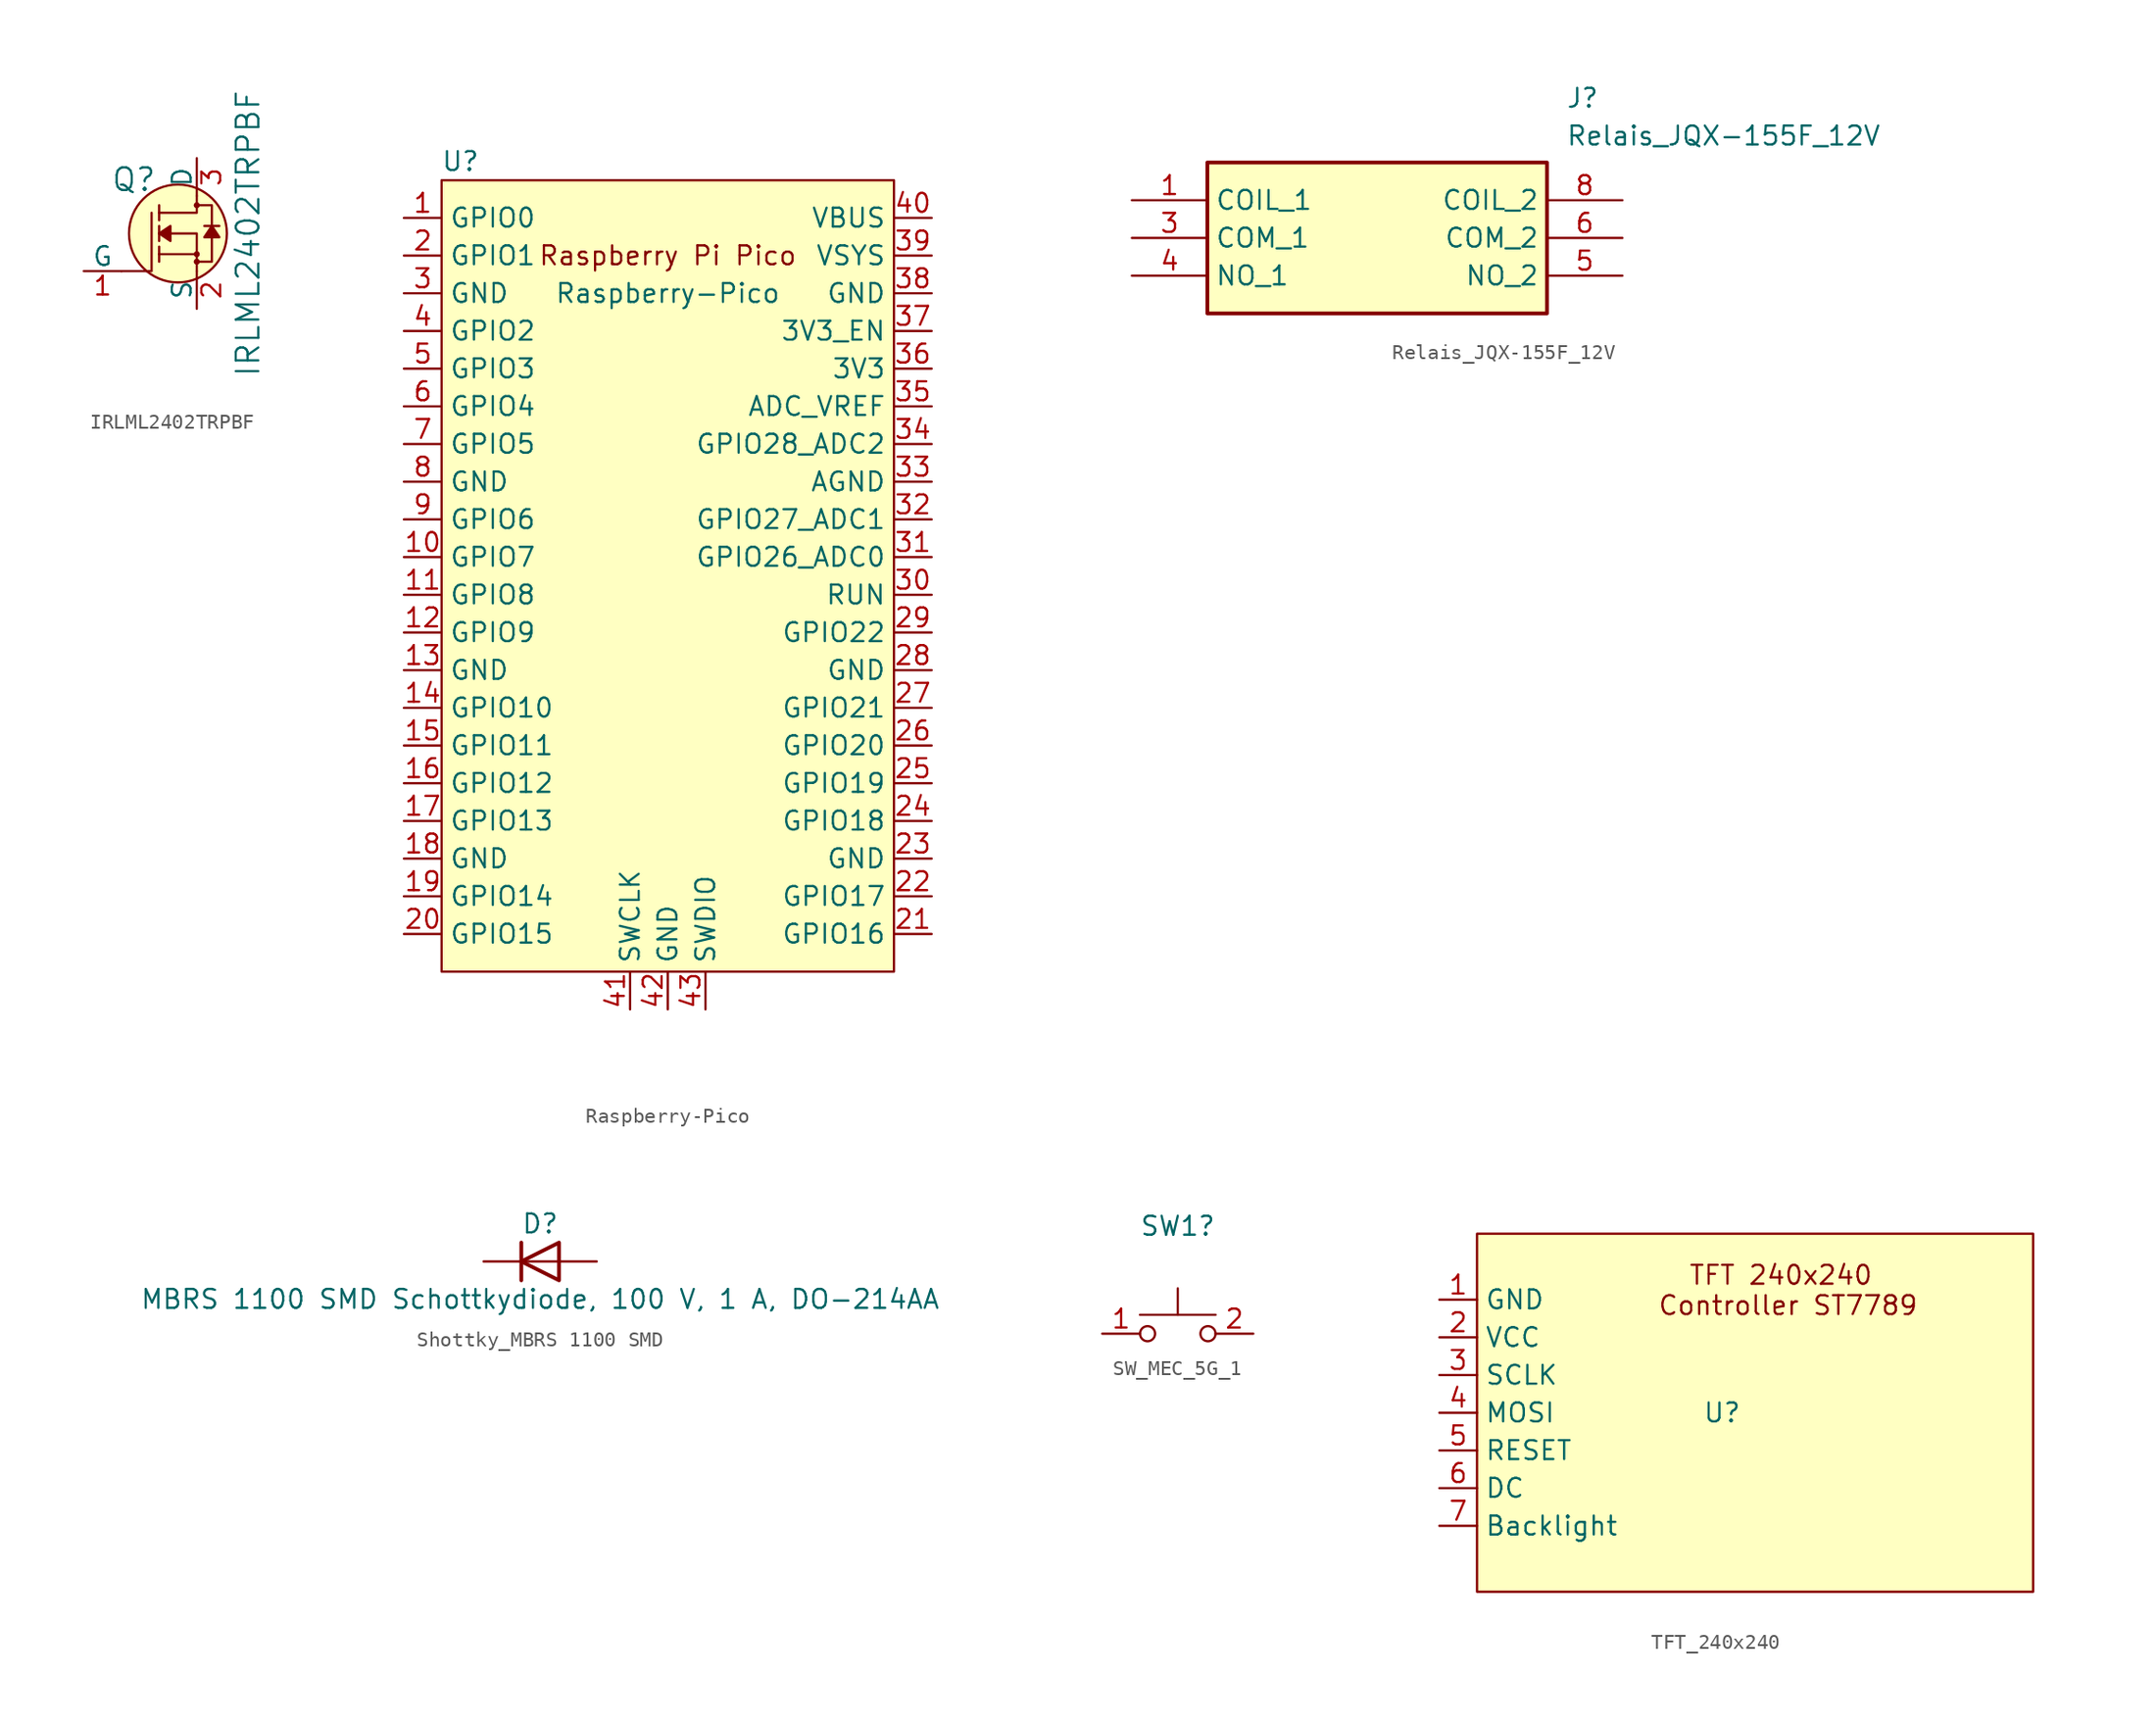
<source format=kicad_sym>
(kicad_symbol_lib
  (version 20220914)
  (generator kicad_symbol_editor)
  (symbol "IRLML2402TRPBF"
    (pin_names
      (offset 0))
    (property "Reference" "Q"
      (at -2.692 3.632 0)
      (effects (font (size 1.524 1.524)) (justify right)))
    (property "Value" "IRLML2402TRPBF"
      (at 3.454 0 90)
      (effects (font (size 1.524 1.524))))
    (symbol "IRLML2402TRPBF_0_1"
      (circle (center -1.27 0) (radius 3.302) (stroke (width 0) (type solid)) (fill (type background)))
      (circle (center 0 -1.905) (radius 0.127) (stroke (width 0) (type solid)) (fill (type none)))
      (circle (center 0 -1.397) (radius 0.127) (stroke (width 0) (type solid)) (fill (type none)))
      (polyline (pts (xy 0 -1.397) (xy -2.54 -1.397)) (stroke (width 0) (type solid)) (fill (type none)))
      (polyline (pts (xy -5.08 -2.54) (xy -3.048 -2.54) (xy -3.048 1.397)) (stroke (width 0) (type solid)) (fill (type none)))
      (polyline (pts (xy 0 -2.54) (xy 0 0) (xy -2.54 0)) (stroke (width 0) (type solid)) (fill (type none)))
      (polyline (pts (xy 0 2.54) (xy 0 1.397) (xy -2.54 1.397)) (stroke (width 0) (type solid)) (fill (type none)))
      (polyline (pts (xy -0.127 -1.905) (xy 1.016 -1.905) (xy 1.016 1.397) (xy 1.016 1.905) (xy -0.127 1.905)) (stroke (width 0) (type solid)) (fill (type none)))
      (circle (center 0 1.905) (radius 0.127) (stroke (width 0) (type solid)) (fill (type none))))
    (symbol "IRLML2402TRPBF_1_1"
      (polyline (pts (xy -2.54 -1.397) (xy -2.54 -1.905)) (stroke (width 0) (type solid)) (fill (type none)))
      (polyline (pts (xy -2.54 -1.397) (xy -2.54 -0.889)) (stroke (width 0) (type solid)) (fill (type none)))
      (polyline (pts (xy -2.54 0) (xy -2.54 -0.508)) (stroke (width 0) (type solid)) (fill (type none)))
      (polyline (pts (xy -2.54 0) (xy -2.54 0.508)) (stroke (width 0) (type solid)) (fill (type none)))
      (polyline (pts (xy -2.54 1.905) (xy -2.54 0.889)) (stroke (width 0) (type solid)) (fill (type none)))
      (polyline (pts (xy 1.524 0.508) (xy 0.508 0.508)) (stroke (width 0) (type solid)) (fill (type none)))
      (polyline (pts (xy -2.54 0) (xy -1.778 0.508) (xy -1.778 -0.508) (xy -2.54 0)) (stroke (width 0) (type solid)) (fill (type outline)))
      (polyline (pts (xy 1.016 0.508) (xy 0.508 -0.254) (xy 1.524 -0.254) (xy 1.016 0.508)) (stroke (width 0) (type solid)) (fill (type outline)))
      (pin bidirectional line (at -7.62 -2.54 0) (length 2.54) (name "G" (effects (font (size 1.27 1.27)))) (number "1" (effects (font (size 1.27 1.27)))))
      (pin bidirectional line (at 0 -5.08 90) (length 2.54) (name "S" (effects (font (size 1.27 1.27)))) (number "2" (effects (font (size 1.27 1.27)))))
      (pin bidirectional line (at 0 5.08 270) (length 2.54) (name "D" (effects (font (size 1.27 1.27)))) (number "3" (effects (font (size 1.27 1.27)))))))
  (symbol "Raspberry-Pico"
    (property "Reference" "U"
      (at -13.97 27.94 0)
      (effects (font (size 1.27 1.27))))
    (property "Value" "Raspberry-Pico"
      (at 0 19.05 0)
      (effects (font (size 1.27 1.27))))
    (symbol "Raspberry-Pico_0_0"
      (text "Raspberry Pi Pico" (at 0 21.59 0) (effects (font (size 1.27 1.27)))))
    (symbol "Raspberry-Pico_0_1"
      (rectangle (start -15.24 26.67) (end 15.24 -26.67) (stroke (width 0) (type default)) (fill (type background))))
    (symbol "Raspberry-Pico_1_1"
      (pin bidirectional line (at -17.78 24.13 0) (length 2.54) (name "GPIO0" (effects (font (size 1.27 1.27)))) (number "1" (effects (font (size 1.27 1.27)))))
      (pin bidirectional line (at -17.78 1.27 0) (length 2.54) (name "GPIO7" (effects (font (size 1.27 1.27)))) (number "10" (effects (font (size 1.27 1.27)))))
      (pin bidirectional line (at -17.78 -1.27 0) (length 2.54) (name "GPIO8" (effects (font (size 1.27 1.27)))) (number "11" (effects (font (size 1.27 1.27)))))
      (pin bidirectional line (at -17.78 -3.81 0) (length 2.54) (name "GPIO9" (effects (font (size 1.27 1.27)))) (number "12" (effects (font (size 1.27 1.27)))))
      (pin power_in line (at -17.78 -6.35 0) (length 2.54) (name "GND" (effects (font (size 1.27 1.27)))) (number "13" (effects (font (size 1.27 1.27)))))
      (pin bidirectional line (at -17.78 -8.89 0) (length 2.54) (name "GPIO10" (effects (font (size 1.27 1.27)))) (number "14" (effects (font (size 1.27 1.27)))))
      (pin bidirectional line (at -17.78 -11.43 0) (length 2.54) (name "GPIO11" (effects (font (size 1.27 1.27)))) (number "15" (effects (font (size 1.27 1.27)))))
      (pin bidirectional line (at -17.78 -13.97 0) (length 2.54) (name "GPIO12" (effects (font (size 1.27 1.27)))) (number "16" (effects (font (size 1.27 1.27)))))
      (pin bidirectional line (at -17.78 -16.51 0) (length 2.54) (name "GPIO13" (effects (font (size 1.27 1.27)))) (number "17" (effects (font (size 1.27 1.27)))))
      (pin power_in line (at -17.78 -19.05 0) (length 2.54) (name "GND" (effects (font (size 1.27 1.27)))) (number "18" (effects (font (size 1.27 1.27)))))
      (pin bidirectional line (at -17.78 -21.59 0) (length 2.54) (name "GPIO14" (effects (font (size 1.27 1.27)))) (number "19" (effects (font (size 1.27 1.27)))))
      (pin bidirectional line (at -17.78 21.59 0) (length 2.54) (name "GPIO1" (effects (font (size 1.27 1.27)))) (number "2" (effects (font (size 1.27 1.27)))))
      (pin bidirectional line (at -17.78 -24.13 0) (length 2.54) (name "GPIO15" (effects (font (size 1.27 1.27)))) (number "20" (effects (font (size 1.27 1.27)))))
      (pin bidirectional line (at 17.78 -24.13 180) (length 2.54) (name "GPIO16" (effects (font (size 1.27 1.27)))) (number "21" (effects (font (size 1.27 1.27)))))
      (pin bidirectional line (at 17.78 -21.59 180) (length 2.54) (name "GPIO17" (effects (font (size 1.27 1.27)))) (number "22" (effects (font (size 1.27 1.27)))))
      (pin power_in line (at 17.78 -19.05 180) (length 2.54) (name "GND" (effects (font (size 1.27 1.27)))) (number "23" (effects (font (size 1.27 1.27)))))
      (pin bidirectional line (at 17.78 -16.51 180) (length 2.54) (name "GPIO18" (effects (font (size 1.27 1.27)))) (number "24" (effects (font (size 1.27 1.27)))))
      (pin bidirectional line (at 17.78 -13.97 180) (length 2.54) (name "GPIO19" (effects (font (size 1.27 1.27)))) (number "25" (effects (font (size 1.27 1.27)))))
      (pin bidirectional line (at 17.78 -11.43 180) (length 2.54) (name "GPIO20" (effects (font (size 1.27 1.27)))) (number "26" (effects (font (size 1.27 1.27)))))
      (pin bidirectional line (at 17.78 -8.89 180) (length 2.54) (name "GPIO21" (effects (font (size 1.27 1.27)))) (number "27" (effects (font (size 1.27 1.27)))))
      (pin power_in line (at 17.78 -6.35 180) (length 2.54) (name "GND" (effects (font (size 1.27 1.27)))) (number "28" (effects (font (size 1.27 1.27)))))
      (pin bidirectional line (at 17.78 -3.81 180) (length 2.54) (name "GPIO22" (effects (font (size 1.27 1.27)))) (number "29" (effects (font (size 1.27 1.27)))))
      (pin power_in line (at -17.78 19.05 0) (length 2.54) (name "GND" (effects (font (size 1.27 1.27)))) (number "3" (effects (font (size 1.27 1.27)))))
      (pin input line (at 17.78 -1.27 180) (length 2.54) (name "RUN" (effects (font (size 1.27 1.27)))) (number "30" (effects (font (size 1.27 1.27)))))
      (pin bidirectional line (at 17.78 1.27 180) (length 2.54) (name "GPIO26_ADC0" (effects (font (size 1.27 1.27)))) (number "31" (effects (font (size 1.27 1.27)))))
      (pin bidirectional line (at 17.78 3.81 180) (length 2.54) (name "GPIO27_ADC1" (effects (font (size 1.27 1.27)))) (number "32" (effects (font (size 1.27 1.27)))))
      (pin power_in line (at 17.78 6.35 180) (length 2.54) (name "AGND" (effects (font (size 1.27 1.27)))) (number "33" (effects (font (size 1.27 1.27)))))
      (pin bidirectional line (at 17.78 8.89 180) (length 2.54) (name "GPIO28_ADC2" (effects (font (size 1.27 1.27)))) (number "34" (effects (font (size 1.27 1.27)))))
      (pin power_in line (at 17.78 11.43 180) (length 2.54) (name "ADC_VREF" (effects (font (size 1.27 1.27)))) (number "35" (effects (font (size 1.27 1.27)))))
      (pin power_in line (at 17.78 13.97 180) (length 2.54) (name "3V3" (effects (font (size 1.27 1.27)))) (number "36" (effects (font (size 1.27 1.27)))))
      (pin input line (at 17.78 16.51 180) (length 2.54) (name "3V3_EN" (effects (font (size 1.27 1.27)))) (number "37" (effects (font (size 1.27 1.27)))))
      (pin bidirectional line (at 17.78 19.05 180) (length 2.54) (name "GND" (effects (font (size 1.27 1.27)))) (number "38" (effects (font (size 1.27 1.27)))))
      (pin power_in line (at 17.78 21.59 180) (length 2.54) (name "VSYS" (effects (font (size 1.27 1.27)))) (number "39" (effects (font (size 1.27 1.27)))))
      (pin bidirectional line (at -17.78 16.51 0) (length 2.54) (name "GPIO2" (effects (font (size 1.27 1.27)))) (number "4" (effects (font (size 1.27 1.27)))))
      (pin power_in line (at 17.78 24.13 180) (length 2.54) (name "VBUS" (effects (font (size 1.27 1.27)))) (number "40" (effects (font (size 1.27 1.27)))))
      (pin input line (at -2.54 -29.21 90) (length 2.54) (name "SWCLK" (effects (font (size 1.27 1.27)))) (number "41" (effects (font (size 1.27 1.27)))))
      (pin power_in line (at 0 -29.21 90) (length 2.54) (name "GND" (effects (font (size 1.27 1.27)))) (number "42" (effects (font (size 1.27 1.27)))))
      (pin bidirectional line (at 2.54 -29.21 90) (length 2.54) (name "SWDIO" (effects (font (size 1.27 1.27)))) (number "43" (effects (font (size 1.27 1.27)))))
      (pin bidirectional line (at -17.78 13.97 0) (length 2.54) (name "GPIO3" (effects (font (size 1.27 1.27)))) (number "5" (effects (font (size 1.27 1.27)))))
      (pin bidirectional line (at -17.78 11.43 0) (length 2.54) (name "GPIO4" (effects (font (size 1.27 1.27)))) (number "6" (effects (font (size 1.27 1.27)))))
      (pin bidirectional line (at -17.78 8.89 0) (length 2.54) (name "GPIO5" (effects (font (size 1.27 1.27)))) (number "7" (effects (font (size 1.27 1.27)))))
      (pin power_in line (at -17.78 6.35 0) (length 2.54) (name "GND" (effects (font (size 1.27 1.27)))) (number "8" (effects (font (size 1.27 1.27)))))
      (pin bidirectional line (at -17.78 3.81 0) (length 2.54) (name "GPIO6" (effects (font (size 1.27 1.27)))) (number "9" (effects (font (size 1.27 1.27)))))))
  (symbol "Relais_JQX-155F_12V"
    (property "Reference" "J"
      (at 29.21 7.62 0)
      (effects (font (size 1.27 1.27)) (justify left top)))
    (property "Value" "Relais_JQX-155F_12V"
      (at 29.21 5.08 0)
      (effects (font (size 1.27 1.27)) (justify left top)))
    (symbol "Relais_JQX-155F_12V_1_1"
      (rectangle (start 5.08 2.54) (end 27.94 -7.62) (stroke (width 0.254) (type default)) (fill (type background)))
      (pin passive line (at 0 0 0) (length 5.08) (name "COIL_1" (effects (font (size 1.27 1.27)))) (number "1" (effects (font (size 1.27 1.27)))))
      (pin passive line (at 0 -2.54 0) (length 5.08) (name "COM_1" (effects (font (size 1.27 1.27)))) (number "3" (effects (font (size 1.27 1.27)))))
      (pin passive line (at 0 -5.08 0) (length 5.08) (name "NO_1" (effects (font (size 1.27 1.27)))) (number "4" (effects (font (size 1.27 1.27)))))
      (pin passive line (at 33.02 -5.08 180) (length 5.08) (name "NO_2" (effects (font (size 1.27 1.27)))) (number "5" (effects (font (size 1.27 1.27)))))
      (pin passive line (at 33.02 -2.54 180) (length 5.08) (name "COM_2" (effects (font (size 1.27 1.27)))) (number "6" (effects (font (size 1.27 1.27)))))
      (pin passive line (at 33.02 0 180) (length 5.08) (name "COIL_2" (effects (font (size 1.27 1.27)))) (number "8" (effects (font (size 1.27 1.27)))))))
  (symbol "Shottky_MBRS 1100 SMD"
    (pin_numbers hide)
    (pin_names hide)
    (property "Reference" "D"
      (at 0 2.54 0)
      (effects (font (size 1.27 1.27))))
    (property "Value" "MBRS 1100 SMD Schottkydiode, 100 V, 1 A, DO-214AA"
      (at 0 -2.54 0)
      (effects (font (size 1.27 1.27))))
    (symbol "Shottky_MBRS 1100 SMD_0_1"
      (polyline (pts (xy -1.27 1.27) (xy -1.27 -1.27)) (stroke (width 0.254) (type default)) (fill (type none)))
      (polyline (pts (xy 1.27 0) (xy -1.27 0)) (stroke (width 0) (type default)) (fill (type none)))
      (polyline (pts (xy 1.27 1.27) (xy 1.27 -1.27) (xy -1.27 0) (xy 1.27 1.27)) (stroke (width 0.254) (type default)) (fill (type none))))
    (symbol "Shottky_MBRS 1100 SMD_1_1"
      (pin passive line (at -3.81 0 0) (length 2.54) (name "K" (effects (font (size 1.27 1.27)))) (number "1" (effects (font (size 1.27 1.27)))))
      (pin passive line (at 3.81 0 180) (length 2.54) (name "A" (effects (font (size 1.27 1.27)))) (number "2" (effects (font (size 1.27 1.27)))))))
  (symbol "SW_MEC_5G_1"
    (pin_names
      (offset 1.016) hide)
    (property "Reference" "SW1"
      (at 0 7.239 0)
      (effects (font (size 1.27 1.27))))
    (symbol "SW_MEC_5G_1_0_1"
      (circle (center -2.032 0) (radius 0.508) (stroke (width 0) (type default)) (fill (type none)))
      (polyline (pts (xy 0 1.27) (xy 0 3.048)) (stroke (width 0) (type default)) (fill (type none)))
      (polyline (pts (xy 2.54 1.27) (xy -2.54 1.27)) (stroke (width 0) (type default)) (fill (type none)))
      (circle (center 2.032 0) (radius 0.508) (stroke (width 0) (type default)) (fill (type none)))
      (pin passive line (at -5.08 0 0) (length 2.54) (name "A" (effects (font (size 1.27 1.27)))) (number "1" (effects (font (size 1.27 1.27)))))
      (pin passive line (at 5.08 0 180) (length 2.54) (name "B" (effects (font (size 1.27 1.27)))) (number "2" (effects (font (size 1.27 1.27)))))))
  (symbol "TFT_240x240"
    (property "Reference" "U"
      (at 21.59 -5.08 0)
      (effects (font (size 1.27 1.27))))
    (property "Value" ""
      (at 0 0 0)
      (effects (font (size 1.27 1.27))))
    (symbol "TFT_240x240_1_1"
      (rectangle (start 5.08 6.985) (end 42.545 -17.145) (stroke (width 0) (type default)) (fill (type background)))
      (text "TFT 240x240 \nController ST7789" (at 26.035 3.175 0) (effects (font (size 1.27 1.27))))
      (pin power_in line (at 2.54 2.54 0) (length 2.54) (name "GND" (effects (font (size 1.27 1.27)))) (number "1" (effects (font (size 1.27 1.27)))))
      (pin power_in line (at 2.54 0 0) (length 2.54) (name "VCC" (effects (font (size 1.27 1.27)))) (number "2" (effects (font (size 1.27 1.27)))))
      (pin input line (at 2.54 -2.54 0) (length 2.54) (name "SCLK" (effects (font (size 1.27 1.27)))) (number "3" (effects (font (size 1.27 1.27)))))
      (pin input line (at 2.54 -5.08 0) (length 2.54) (name "MOSI" (effects (font (size 1.27 1.27)))) (number "4" (effects (font (size 1.27 1.27)))))
      (pin input line (at 2.54 -7.62 0) (length 2.54) (name "RESET" (effects (font (size 1.27 1.27)))) (number "5" (effects (font (size 1.27 1.27)))))
      (pin input line (at 2.54 -10.16 0) (length 2.54) (name "DC" (effects (font (size 1.27 1.27)))) (number "6" (effects (font (size 1.27 1.27)))))
      (pin input line (at 2.54 -12.7 0) (length 2.54) (name "Backlight" (effects (font (size 1.27 1.27)))) (number "7" (effects (font (size 1.27 1.27))))))))
</source>
